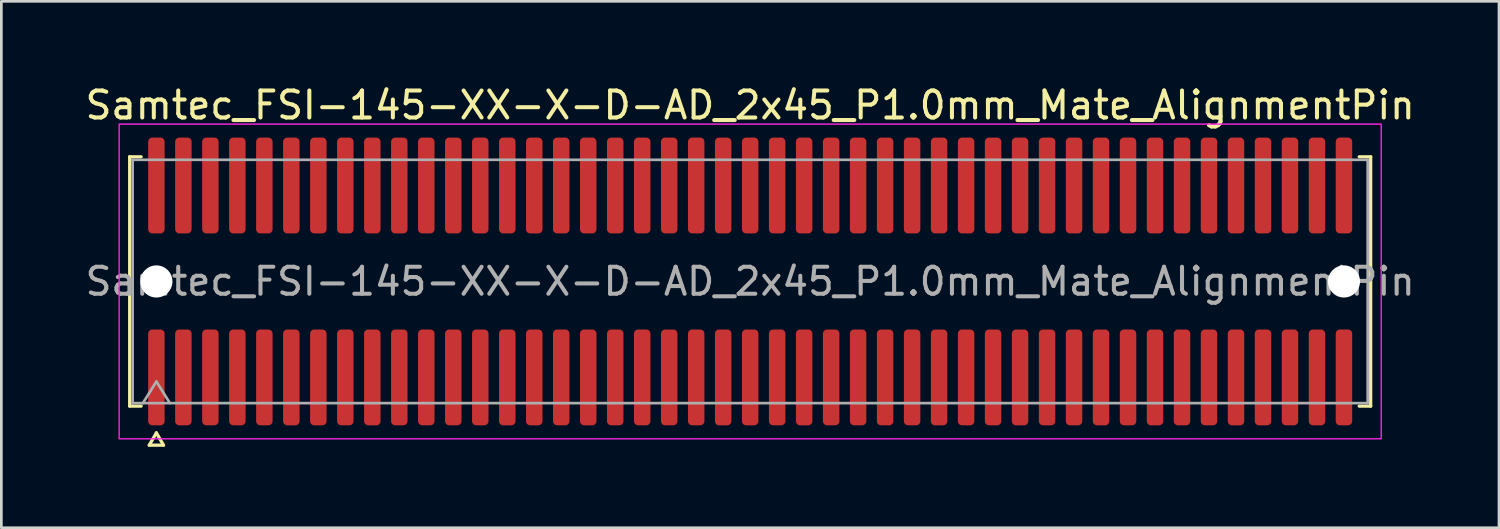
<source format=kicad_pcb>
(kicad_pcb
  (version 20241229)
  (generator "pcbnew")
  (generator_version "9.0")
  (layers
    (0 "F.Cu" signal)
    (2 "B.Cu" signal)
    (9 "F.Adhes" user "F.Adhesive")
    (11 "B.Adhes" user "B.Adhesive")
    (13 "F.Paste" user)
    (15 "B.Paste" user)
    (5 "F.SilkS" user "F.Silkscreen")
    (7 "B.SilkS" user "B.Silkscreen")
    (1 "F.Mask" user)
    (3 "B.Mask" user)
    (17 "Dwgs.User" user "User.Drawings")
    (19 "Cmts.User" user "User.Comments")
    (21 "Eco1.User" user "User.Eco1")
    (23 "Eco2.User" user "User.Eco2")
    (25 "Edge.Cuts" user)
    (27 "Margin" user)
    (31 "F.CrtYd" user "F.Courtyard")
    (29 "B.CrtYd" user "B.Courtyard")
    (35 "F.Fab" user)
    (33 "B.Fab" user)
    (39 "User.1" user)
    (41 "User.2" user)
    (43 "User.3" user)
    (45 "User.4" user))
  (footprint "Samtec_FSI-145-XX-X-D-AD_2x45_P1.0mm_Mate_AlignmentPin"
    (layer "F.Cu")
    (at 24.744 7.378)
    (property "Reference" "Samtec_FSI-145-XX-X-D-AD_2x45_P1.0mm_Mate_AlignmentPin" (at 0 -6.53 0) (layer "F.SilkS") (effects (font (size 1 1) (thickness 0.15))))
    (attr exclude_from_pos_files exclude_from_bom)
    (fp_line (start -22.99 -4.619) (end -22.565 -4.619) (stroke (width 0.12) (type solid)) (layer "F.SilkS"))
    (fp_line (start -22.99 4.619) (end -22.99 -4.619) (stroke (width 0.12) (type solid)) (layer "F.SilkS"))
    (fp_line (start -22.565 4.619) (end -22.99 4.619) (stroke (width 0.12) (type solid)) (layer "F.SilkS"))
    (fp_line (start -22.264 6.066) (end -22 5.609) (stroke (width 0.12) (type solid)) (layer "F.SilkS"))
    (fp_line (start -22 5.609) (end -21.736 6.066) (stroke (width 0.12) (type solid)) (layer "F.SilkS"))
    (fp_line (start -21.736 6.066) (end -22.264 6.066) (stroke (width 0.12) (type solid)) (layer "F.SilkS"))
    (fp_line (start 22.565 -4.619) (end 22.99 -4.619) (stroke (width 0.12) (type solid)) (layer "F.SilkS"))
    (fp_line (start 22.99 -4.619) (end 22.99 4.619) (stroke (width 0.12) (type solid)) (layer "F.SilkS"))
    (fp_line (start 22.99 4.619) (end 22.565 4.619) (stroke (width 0.12) (type solid)) (layer "F.SilkS"))
    (fp_rect (start -23.38 -5.83) (end 23.38 5.83) (stroke (width 0.05) (type solid)) (fill no) (layer "F.CrtYd"))
    (fp_line (start -22.88 -4.508) (end 22.88 -4.508) (stroke (width 0.1) (type solid)) (layer "F.Fab"))
    (fp_line (start -22.88 4.508) (end -22.88 -4.508) (stroke (width 0.1) (type solid)) (layer "F.Fab"))
    (fp_line (start -22.5 4.508) (end -22 3.708) (stroke (width 0.1) (type solid)) (layer "F.Fab"))
    (fp_line (start -22 3.708) (end -21.5 4.508) (stroke (width 0.1) (type solid)) (layer "F.Fab"))
    (fp_line (start 22.88 -4.508) (end 22.88 4.508) (stroke (width 0.1) (type solid)) (layer "F.Fab"))
    (fp_line (start 22.88 4.508) (end -22.88 4.508) (stroke (width 0.1) (type solid)) (layer "F.Fab"))
    (fp_text user "${REFERENCE}" (at 0 0 0) (layer "F.Fab") (effects (font (size 1 1) (thickness 0.15))))
    (pad "" np_thru_hole circle (at -22 0) (size 1.19 1.19) (drill 1.19) (layers "*.Cu" "*.Mask"))
    (pad "" np_thru_hole circle (at 22 0) (size 1.19 1.19) (drill 1.19) (layers "*.Cu" "*.Mask"))
    (pad "1" smd roundrect (at -22 3.555) (size 0.61 3.55) (layers "F.Cu" "F.Mask") (roundrect_rratio 0.25))
    (pad "2" smd roundrect (at -22 -3.555) (size 0.61 3.55) (layers "F.Cu" "F.Mask") (roundrect_rratio 0.25))
    (pad "3" smd roundrect (at -21 3.555) (size 0.61 3.55) (layers "F.Cu" "F.Mask") (roundrect_rratio 0.25))
    (pad "4" smd roundrect (at -21 -3.555) (size 0.61 3.55) (layers "F.Cu" "F.Mask") (roundrect_rratio 0.25))
    (pad "5" smd roundrect (at -20 3.555) (size 0.61 3.55) (layers "F.Cu" "F.Mask") (roundrect_rratio 0.25))
    (pad "6" smd roundrect (at -20 -3.555) (size 0.61 3.55) (layers "F.Cu" "F.Mask") (roundrect_rratio 0.25))
    (pad "7" smd roundrect (at -19 3.555) (size 0.61 3.55) (layers "F.Cu" "F.Mask") (roundrect_rratio 0.25))
    (pad "8" smd roundrect (at -19 -3.555) (size 0.61 3.55) (layers "F.Cu" "F.Mask") (roundrect_rratio 0.25))
    (pad "9" smd roundrect (at -18 3.555) (size 0.61 3.55) (layers "F.Cu" "F.Mask") (roundrect_rratio 0.25))
    (pad "10" smd roundrect (at -18 -3.555) (size 0.61 3.55) (layers "F.Cu" "F.Mask") (roundrect_rratio 0.25))
    (pad "11" smd roundrect (at -17 3.555) (size 0.61 3.55) (layers "F.Cu" "F.Mask") (roundrect_rratio 0.25))
    (pad "12" smd roundrect (at -17 -3.555) (size 0.61 3.55) (layers "F.Cu" "F.Mask") (roundrect_rratio 0.25))
    (pad "13" smd roundrect (at -16 3.555) (size 0.61 3.55) (layers "F.Cu" "F.Mask") (roundrect_rratio 0.25))
    (pad "14" smd roundrect (at -16 -3.555) (size 0.61 3.55) (layers "F.Cu" "F.Mask") (roundrect_rratio 0.25))
    (pad "15" smd roundrect (at -15 3.555) (size 0.61 3.55) (layers "F.Cu" "F.Mask") (roundrect_rratio 0.25))
    (pad "16" smd roundrect (at -15 -3.555) (size 0.61 3.55) (layers "F.Cu" "F.Mask") (roundrect_rratio 0.25))
    (pad "17" smd roundrect (at -14 3.555) (size 0.61 3.55) (layers "F.Cu" "F.Mask") (roundrect_rratio 0.25))
    (pad "18" smd roundrect (at -14 -3.555) (size 0.61 3.55) (layers "F.Cu" "F.Mask") (roundrect_rratio 0.25))
    (pad "19" smd roundrect (at -13 3.555) (size 0.61 3.55) (layers "F.Cu" "F.Mask") (roundrect_rratio 0.25))
    (pad "20" smd roundrect (at -13 -3.555) (size 0.61 3.55) (layers "F.Cu" "F.Mask") (roundrect_rratio 0.25))
    (pad "21" smd roundrect (at -12 3.555) (size 0.61 3.55) (layers "F.Cu" "F.Mask") (roundrect_rratio 0.25))
    (pad "22" smd roundrect (at -12 -3.555) (size 0.61 3.55) (layers "F.Cu" "F.Mask") (roundrect_rratio 0.25))
    (pad "23" smd roundrect (at -11 3.555) (size 0.61 3.55) (layers "F.Cu" "F.Mask") (roundrect_rratio 0.25))
    (pad "24" smd roundrect (at -11 -3.555) (size 0.61 3.55) (layers "F.Cu" "F.Mask") (roundrect_rratio 0.25))
    (pad "25" smd roundrect (at -10 3.555) (size 0.61 3.55) (layers "F.Cu" "F.Mask") (roundrect_rratio 0.25))
    (pad "26" smd roundrect (at -10 -3.555) (size 0.61 3.55) (layers "F.Cu" "F.Mask") (roundrect_rratio 0.25))
    (pad "27" smd roundrect (at -9 3.555) (size 0.61 3.55) (layers "F.Cu" "F.Mask") (roundrect_rratio 0.25))
    (pad "28" smd roundrect (at -9 -3.555) (size 0.61 3.55) (layers "F.Cu" "F.Mask") (roundrect_rratio 0.25))
    (pad "29" smd roundrect (at -8 3.555) (size 0.61 3.55) (layers "F.Cu" "F.Mask") (roundrect_rratio 0.25))
    (pad "30" smd roundrect (at -8 -3.555) (size 0.61 3.55) (layers "F.Cu" "F.Mask") (roundrect_rratio 0.25))
    (pad "31" smd roundrect (at -7 3.555) (size 0.61 3.55) (layers "F.Cu" "F.Mask") (roundrect_rratio 0.25))
    (pad "32" smd roundrect (at -7 -3.555) (size 0.61 3.55) (layers "F.Cu" "F.Mask") (roundrect_rratio 0.25))
    (pad "33" smd roundrect (at -6 3.555) (size 0.61 3.55) (layers "F.Cu" "F.Mask") (roundrect_rratio 0.25))
    (pad "34" smd roundrect (at -6 -3.555) (size 0.61 3.55) (layers "F.Cu" "F.Mask") (roundrect_rratio 0.25))
    (pad "35" smd roundrect (at -5 3.555) (size 0.61 3.55) (layers "F.Cu" "F.Mask") (roundrect_rratio 0.25))
    (pad "36" smd roundrect (at -5 -3.555) (size 0.61 3.55) (layers "F.Cu" "F.Mask") (roundrect_rratio 0.25))
    (pad "37" smd roundrect (at -4 3.555) (size 0.61 3.55) (layers "F.Cu" "F.Mask") (roundrect_rratio 0.25))
    (pad "38" smd roundrect (at -4 -3.555) (size 0.61 3.55) (layers "F.Cu" "F.Mask") (roundrect_rratio 0.25))
    (pad "39" smd roundrect (at -3 3.555) (size 0.61 3.55) (layers "F.Cu" "F.Mask") (roundrect_rratio 0.25))
    (pad "40" smd roundrect (at -3 -3.555) (size 0.61 3.55) (layers "F.Cu" "F.Mask") (roundrect_rratio 0.25))
    (pad "41" smd roundrect (at -2 3.555) (size 0.61 3.55) (layers "F.Cu" "F.Mask") (roundrect_rratio 0.25))
    (pad "42" smd roundrect (at -2 -3.555) (size 0.61 3.55) (layers "F.Cu" "F.Mask") (roundrect_rratio 0.25))
    (pad "43" smd roundrect (at -1 3.555) (size 0.61 3.55) (layers "F.Cu" "F.Mask") (roundrect_rratio 0.25))
    (pad "44" smd roundrect (at -1 -3.555) (size 0.61 3.55) (layers "F.Cu" "F.Mask") (roundrect_rratio 0.25))
    (pad "45" smd roundrect (at 0 3.555) (size 0.61 3.55) (layers "F.Cu" "F.Mask") (roundrect_rratio 0.25))
    (pad "46" smd roundrect (at 0 -3.555) (size 0.61 3.55) (layers "F.Cu" "F.Mask") (roundrect_rratio 0.25))
    (pad "47" smd roundrect (at 1 3.555) (size 0.61 3.55) (layers "F.Cu" "F.Mask") (roundrect_rratio 0.25))
    (pad "48" smd roundrect (at 1 -3.555) (size 0.61 3.55) (layers "F.Cu" "F.Mask") (roundrect_rratio 0.25))
    (pad "49" smd roundrect (at 2 3.555) (size 0.61 3.55) (layers "F.Cu" "F.Mask") (roundrect_rratio 0.25))
    (pad "50" smd roundrect (at 2 -3.555) (size 0.61 3.55) (layers "F.Cu" "F.Mask") (roundrect_rratio 0.25))
    (pad "51" smd roundrect (at 3 3.555) (size 0.61 3.55) (layers "F.Cu" "F.Mask") (roundrect_rratio 0.25))
    (pad "52" smd roundrect (at 3 -3.555) (size 0.61 3.55) (layers "F.Cu" "F.Mask") (roundrect_rratio 0.25))
    (pad "53" smd roundrect (at 4 3.555) (size 0.61 3.55) (layers "F.Cu" "F.Mask") (roundrect_rratio 0.25))
    (pad "54" smd roundrect (at 4 -3.555) (size 0.61 3.55) (layers "F.Cu" "F.Mask") (roundrect_rratio 0.25))
    (pad "55" smd roundrect (at 5 3.555) (size 0.61 3.55) (layers "F.Cu" "F.Mask") (roundrect_rratio 0.25))
    (pad "56" smd roundrect (at 5 -3.555) (size 0.61 3.55) (layers "F.Cu" "F.Mask") (roundrect_rratio 0.25))
    (pad "57" smd roundrect (at 6 3.555) (size 0.61 3.55) (layers "F.Cu" "F.Mask") (roundrect_rratio 0.25))
    (pad "58" smd roundrect (at 6 -3.555) (size 0.61 3.55) (layers "F.Cu" "F.Mask") (roundrect_rratio 0.25))
    (pad "59" smd roundrect (at 7 3.555) (size 0.61 3.55) (layers "F.Cu" "F.Mask") (roundrect_rratio 0.25))
    (pad "60" smd roundrect (at 7 -3.555) (size 0.61 3.55) (layers "F.Cu" "F.Mask") (roundrect_rratio 0.25))
    (pad "61" smd roundrect (at 8 3.555) (size 0.61 3.55) (layers "F.Cu" "F.Mask") (roundrect_rratio 0.25))
    (pad "62" smd roundrect (at 8 -3.555) (size 0.61 3.55) (layers "F.Cu" "F.Mask") (roundrect_rratio 0.25))
    (pad "63" smd roundrect (at 9 3.555) (size 0.61 3.55) (layers "F.Cu" "F.Mask") (roundrect_rratio 0.25))
    (pad "64" smd roundrect (at 9 -3.555) (size 0.61 3.55) (layers "F.Cu" "F.Mask") (roundrect_rratio 0.25))
    (pad "65" smd roundrect (at 10 3.555) (size 0.61 3.55) (layers "F.Cu" "F.Mask") (roundrect_rratio 0.25))
    (pad "66" smd roundrect (at 10 -3.555) (size 0.61 3.55) (layers "F.Cu" "F.Mask") (roundrect_rratio 0.25))
    (pad "67" smd roundrect (at 11 3.555) (size 0.61 3.55) (layers "F.Cu" "F.Mask") (roundrect_rratio 0.25))
    (pad "68" smd roundrect (at 11 -3.555) (size 0.61 3.55) (layers "F.Cu" "F.Mask") (roundrect_rratio 0.25))
    (pad "69" smd roundrect (at 12 3.555) (size 0.61 3.55) (layers "F.Cu" "F.Mask") (roundrect_rratio 0.25))
    (pad "70" smd roundrect (at 12 -3.555) (size 0.61 3.55) (layers "F.Cu" "F.Mask") (roundrect_rratio 0.25))
    (pad "71" smd roundrect (at 13 3.555) (size 0.61 3.55) (layers "F.Cu" "F.Mask") (roundrect_rratio 0.25))
    (pad "72" smd roundrect (at 13 -3.555) (size 0.61 3.55) (layers "F.Cu" "F.Mask") (roundrect_rratio 0.25))
    (pad "73" smd roundrect (at 14 3.555) (size 0.61 3.55) (layers "F.Cu" "F.Mask") (roundrect_rratio 0.25))
    (pad "74" smd roundrect (at 14 -3.555) (size 0.61 3.55) (layers "F.Cu" "F.Mask") (roundrect_rratio 0.25))
    (pad "75" smd roundrect (at 15 3.555) (size 0.61 3.55) (layers "F.Cu" "F.Mask") (roundrect_rratio 0.25))
    (pad "76" smd roundrect (at 15 -3.555) (size 0.61 3.55) (layers "F.Cu" "F.Mask") (roundrect_rratio 0.25))
    (pad "77" smd roundrect (at 16 3.555) (size 0.61 3.55) (layers "F.Cu" "F.Mask") (roundrect_rratio 0.25))
    (pad "78" smd roundrect (at 16 -3.555) (size 0.61 3.55) (layers "F.Cu" "F.Mask") (roundrect_rratio 0.25))
    (pad "79" smd roundrect (at 17 3.555) (size 0.61 3.55) (layers "F.Cu" "F.Mask") (roundrect_rratio 0.25))
    (pad "80" smd roundrect (at 17 -3.555) (size 0.61 3.55) (layers "F.Cu" "F.Mask") (roundrect_rratio 0.25))
    (pad "81" smd roundrect (at 18 3.555) (size 0.61 3.55) (layers "F.Cu" "F.Mask") (roundrect_rratio 0.25))
    (pad "82" smd roundrect (at 18 -3.555) (size 0.61 3.55) (layers "F.Cu" "F.Mask") (roundrect_rratio 0.25))
    (pad "83" smd roundrect (at 19 3.555) (size 0.61 3.55) (layers "F.Cu" "F.Mask") (roundrect_rratio 0.25))
    (pad "84" smd roundrect (at 19 -3.555) (size 0.61 3.55) (layers "F.Cu" "F.Mask") (roundrect_rratio 0.25))
    (pad "85" smd roundrect (at 20 3.555) (size 0.61 3.55) (layers "F.Cu" "F.Mask") (roundrect_rratio 0.25))
    (pad "86" smd roundrect (at 20 -3.555) (size 0.61 3.55) (layers "F.Cu" "F.Mask") (roundrect_rratio 0.25))
    (pad "87" smd roundrect (at 21 3.555) (size 0.61 3.55) (layers "F.Cu" "F.Mask") (roundrect_rratio 0.25))
    (pad "88" smd roundrect (at 21 -3.555) (size 0.61 3.55) (layers "F.Cu" "F.Mask") (roundrect_rratio 0.25))
    (pad "89" smd roundrect (at 22 3.555) (size 0.61 3.55) (layers "F.Cu" "F.Mask") (roundrect_rratio 0.25))
    (pad "90" smd roundrect (at 22 -3.555) (size 0.61 3.55) (layers "F.Cu" "F.Mask") (roundrect_rratio 0.25)))
  (gr_rect
    (start -3 -3)
    (end 52.488 16.504)
    (stroke (width 0.1) (type default))
    (fill no)
    (layer "Edge.Cuts")))
</source>
